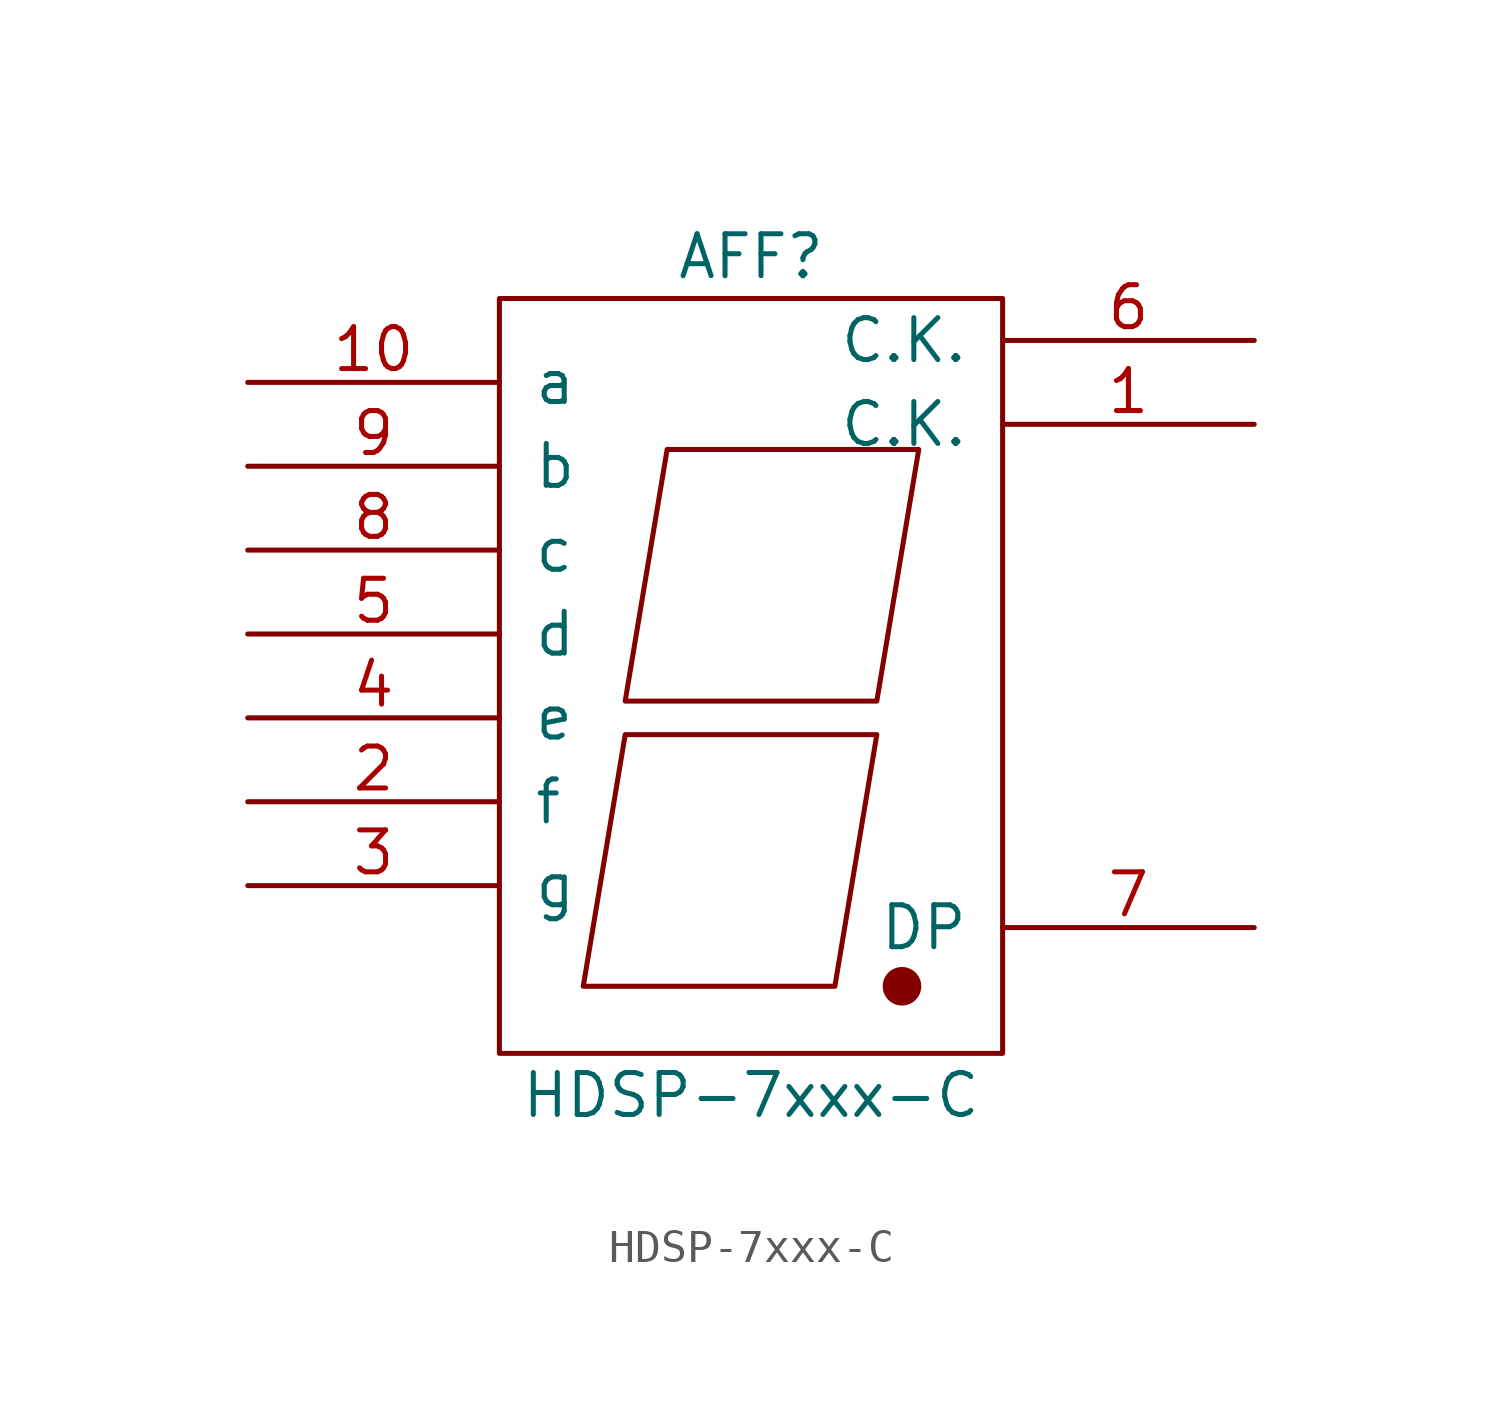
<source format=kicad_sym>
(kicad_symbol_lib
  (version 20220914)
  (generator kicad_symbol_editor)
  (symbol "HDSP-7xxx-C"
    (pin_names
      (offset 1.016))
    (property "Reference" "AFF"
      (at 0 13.97 0)
      (effects (font (size 1.27 1.27))))
    (property "Value" "HDSP-7xxx-C"
      (at 0 -11.43 0)
      (effects (font (size 1.27 1.27))))
    (property "Footprint" ""
      (at 0 0 0)
      (effects (font (size 1.27 1.27))))
    (property "Datasheet" ""
      (at 0 0 0)
      (effects (font (size 1.27 1.27))))
    (symbol "HDSP-7xxx-C_0_1"
      (rectangle (start -7.62 12.7) (end 7.62 -10.16) (stroke (width 0) (type solid)) (fill (type none)))
      (polyline (pts (xy -3.81 -0.508) (xy 3.81 -0.508) (xy 2.54 -8.128) (xy -5.08 -8.128) (xy -3.81 -0.508) (xy -3.81 -0.508)) (stroke (width 0) (type solid)) (fill (type none)))
      (polyline (pts (xy -2.54 8.128) (xy 5.08 8.128) (xy 3.81 0.508) (xy -3.81 0.508) (xy -2.54 8.128) (xy -2.54 8.128)) (stroke (width 0) (type solid)) (fill (type none)))
      (circle (center 4.572 -8.128) (radius 0.508) (stroke (width 0) (type solid)) (fill (type outline))))
    (symbol "HDSP-7xxx-C_1_1"
      (pin passive line (at 15.24 8.89 180) (length 7.62) (name "C.K." (effects (font (size 1.27 1.27)))) (number "1" (effects (font (size 1.27 1.27)))))
      (pin passive line (at -15.24 10.16 0) (length 7.62) (name "a" (effects (font (size 1.27 1.27)))) (number "10" (effects (font (size 1.27 1.27)))))
      (pin passive line (at -15.24 -2.54 0) (length 7.62) (name "f" (effects (font (size 1.27 1.27)))) (number "2" (effects (font (size 1.27 1.27)))))
      (pin passive line (at -15.24 -5.08 0) (length 7.62) (name "g" (effects (font (size 1.27 1.27)))) (number "3" (effects (font (size 1.27 1.27)))))
      (pin passive line (at -15.24 0 0) (length 7.62) (name "e" (effects (font (size 1.27 1.27)))) (number "4" (effects (font (size 1.27 1.27)))))
      (pin passive line (at -15.24 2.54 0) (length 7.62) (name "d" (effects (font (size 1.27 1.27)))) (number "5" (effects (font (size 1.27 1.27)))))
      (pin passive line (at 15.24 11.43 180) (length 7.62) (name "C.K." (effects (font (size 1.27 1.27)))) (number "6" (effects (font (size 1.27 1.27)))))
      (pin passive line (at 15.24 -6.35 180) (length 7.62) (name "DP" (effects (font (size 1.27 1.27)))) (number "7" (effects (font (size 1.27 1.27)))))
      (pin passive line (at -15.24 5.08 0) (length 7.62) (name "c" (effects (font (size 1.27 1.27)))) (number "8" (effects (font (size 1.27 1.27)))))
      (pin passive line (at -15.24 7.62 0) (length 7.62) (name "b" (effects (font (size 1.27 1.27)))) (number "9" (effects (font (size 1.27 1.27))))))))
</source>
